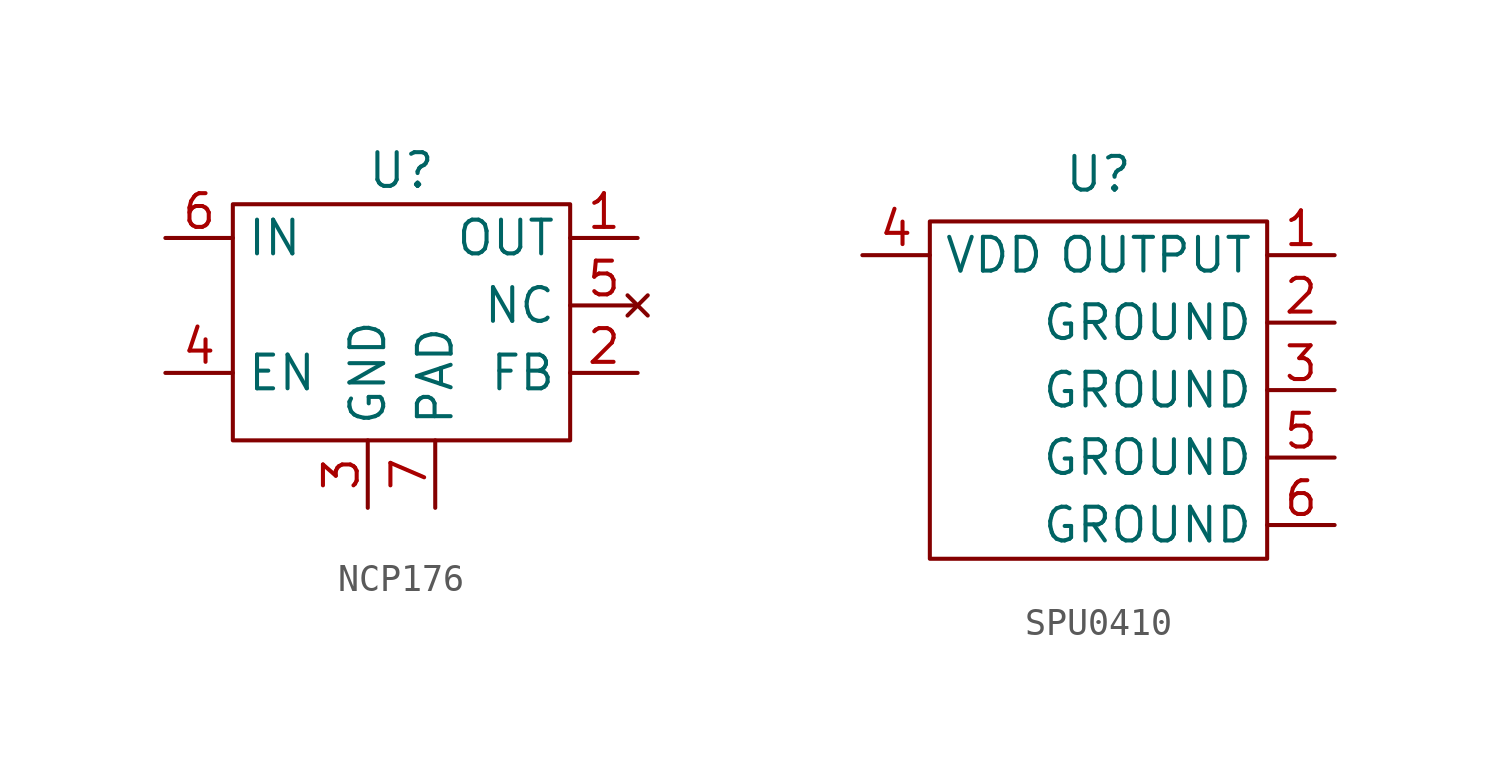
<source format=kicad_sym>
(kicad_symbol_lib
  (version 20231120)
  (generator "kicad_symbol_editor")
  (generator_version "8.0")
  (symbol "NCP176"
    (property "Reference" "U"
      (at 0 5.08 0)
      (effects (font (size 1.27 1.27))))
    (property "Value" ""
      (at 0 5.08 0)
      (effects (font (size 1.27 1.27))))
    (symbol "NCP176_0_0"
      (pin power_out line (at 8.89 2.54 180) (length 2.54) (name "OUT" (effects (font (size 1.27 1.27)))) (number "1" (effects (font (size 1.27 1.27)))))
      (pin input line (at 8.89 -2.54 180) (length 2.54) (name "FB" (effects (font (size 1.27 1.27)))) (number "2" (effects (font (size 1.27 1.27)))))
      (pin power_in line (at -1.27 -7.62 90) (length 2.54) (name "GND" (effects (font (size 1.27 1.27)))) (number "3" (effects (font (size 1.27 1.27)))))
      (pin input line (at -8.89 -2.54 0) (length 2.54) (name "EN" (effects (font (size 1.27 1.27)))) (number "4" (effects (font (size 1.27 1.27)))))
      (pin power_in line (at -8.89 2.54 0) (length 2.54) (name "IN" (effects (font (size 1.27 1.27)))) (number "6" (effects (font (size 1.27 1.27))))))
    (symbol "NCP176_0_1"
      (rectangle (start -6.35 -5.08) (end 6.35 3.81) (stroke (width 0) (type default)) (fill (type none))))
    (symbol "NCP176_1_0"
      (pin no_connect line (at 8.89 0 180) (length 2.54) (name "NC" (effects (font (size 1.27 1.27)))) (number "5" (effects (font (size 1.27 1.27)))))
      (pin power_in line (at 1.27 -7.62 90) (length 2.54) (name "PAD" (effects (font (size 1.27 1.27)))) (number "7" (effects (font (size 1.27 1.27)))))))
  (symbol "SPU0410"
    (property "Reference" "U"
      (at 0 8.128 0)
      (effects (font (size 1.27 1.27))))
    (property "Value" ""
      (at -7.62 5.08 0)
      (effects (font (size 1.27 1.27))))
    (symbol "SPU0410_0_0"
      (pin output line (at 8.89 5.08 180) (length 2.54) (name "OUTPUT" (effects (font (size 1.27 1.27)))) (number "1" (effects (font (size 1.27 1.27)))))
      (pin power_in line (at 8.89 2.54 180) (length 2.54) (name "GROUND" (effects (font (size 1.27 1.27)))) (number "2" (effects (font (size 1.27 1.27)))))
      (pin power_in line (at 8.89 0 180) (length 2.54) (name "GROUND" (effects (font (size 1.27 1.27)))) (number "3" (effects (font (size 1.27 1.27)))))
      (pin power_in line (at -8.89 5.08 0) (length 2.54) (name "VDD" (effects (font (size 1.27 1.27)))) (number "4" (effects (font (size 1.27 1.27)))))
      (pin power_in line (at 8.89 -2.54 180) (length 2.54) (name "GROUND" (effects (font (size 1.27 1.27)))) (number "5" (effects (font (size 1.27 1.27)))))
      (pin power_in line (at 8.89 -5.08 180) (length 2.54) (name "GROUND" (effects (font (size 1.27 1.27)))) (number "6" (effects (font (size 1.27 1.27))))))
    (symbol "SPU0410_0_1"
      (rectangle (start -6.35 -6.35) (end 6.35 6.35) (stroke (width 0) (type default)) (fill (type none))))))
</source>
